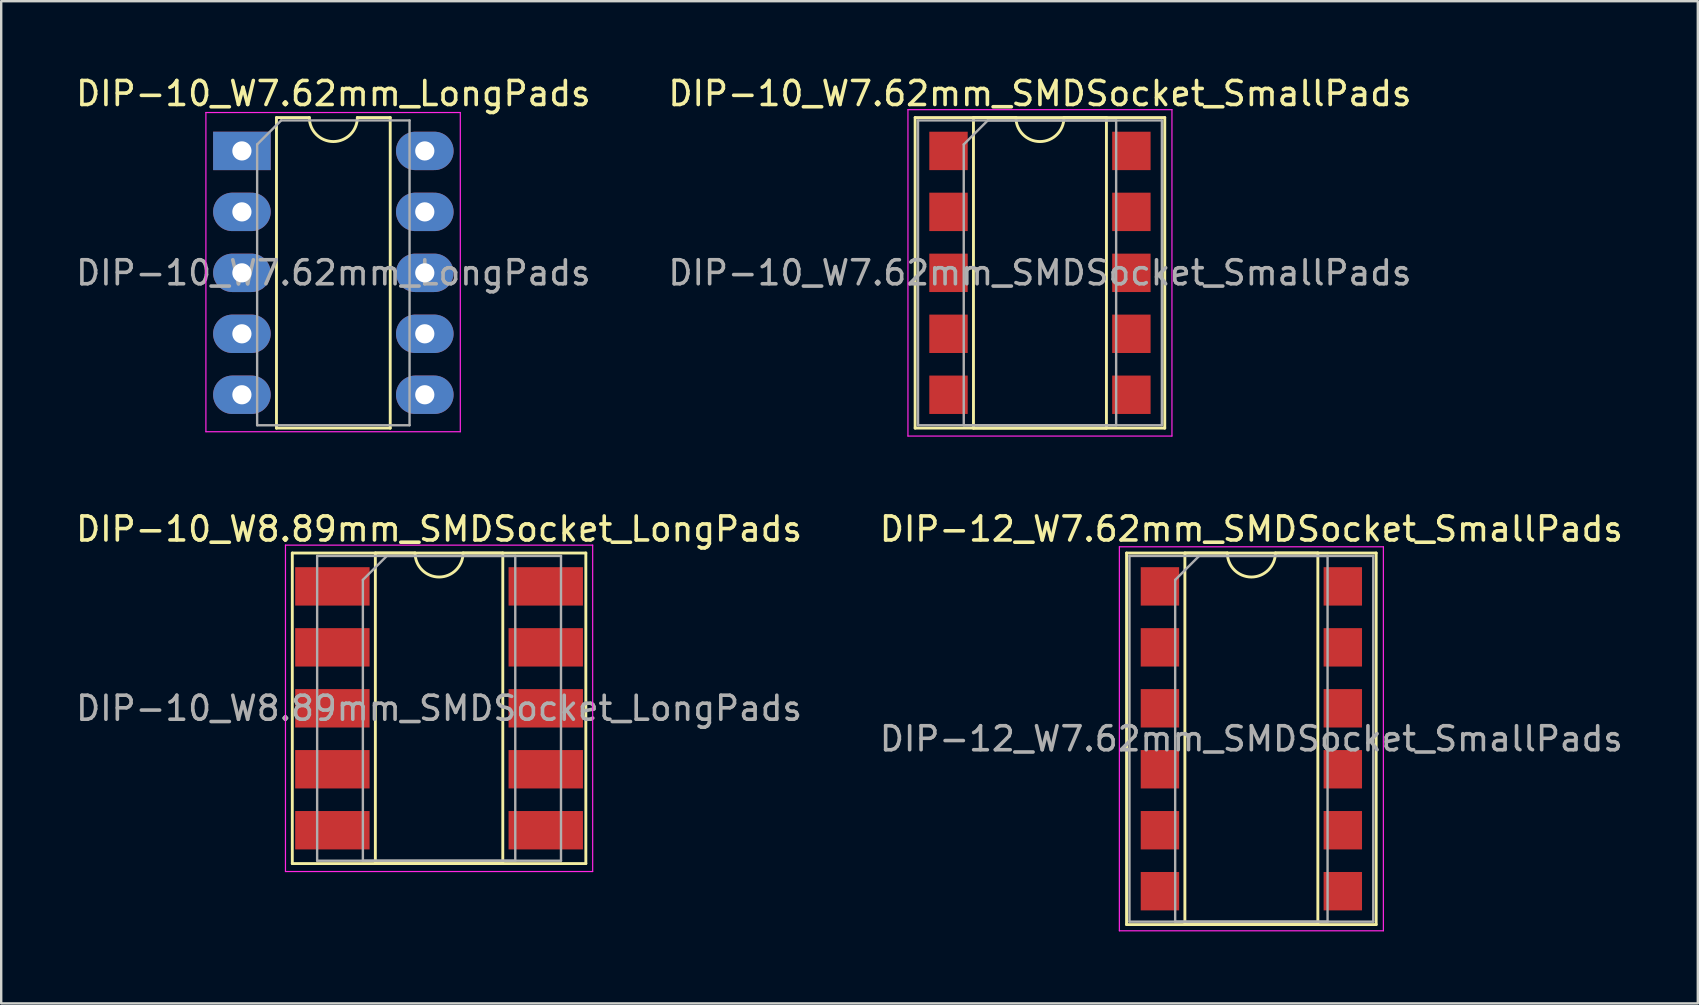
<source format=kicad_pcb>
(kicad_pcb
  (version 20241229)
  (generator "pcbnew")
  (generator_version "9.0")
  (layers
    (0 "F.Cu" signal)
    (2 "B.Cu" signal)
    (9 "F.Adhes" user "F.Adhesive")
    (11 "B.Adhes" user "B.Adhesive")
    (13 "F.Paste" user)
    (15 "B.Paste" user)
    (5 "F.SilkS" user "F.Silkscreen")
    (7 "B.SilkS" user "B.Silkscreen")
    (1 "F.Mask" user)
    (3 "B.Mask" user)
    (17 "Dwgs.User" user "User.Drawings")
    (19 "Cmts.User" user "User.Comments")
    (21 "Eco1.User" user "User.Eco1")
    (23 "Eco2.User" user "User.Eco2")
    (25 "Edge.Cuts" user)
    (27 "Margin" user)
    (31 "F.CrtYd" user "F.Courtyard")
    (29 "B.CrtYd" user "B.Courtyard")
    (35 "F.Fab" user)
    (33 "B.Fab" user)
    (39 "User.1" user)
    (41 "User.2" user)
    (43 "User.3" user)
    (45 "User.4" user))
  (footprint "DIP-10_W7.62mm_LongPads"
    (layer "F.Cu")
    (at 7.029 3.238)
    (property "Reference" "DIP-10_W7.62mm_LongPads" (at 3.81 -2.39 0) (layer "F.SilkS") (effects (font (size 1 1) (thickness 0.15))))
    (attr through_hole)
    (fp_line (start 1.44 -1.39) (end 1.44 11.55) (stroke (width 0.12) (type solid)) (layer "F.SilkS"))
    (fp_line (start 1.44 11.55) (end 6.18 11.55) (stroke (width 0.12) (type solid)) (layer "F.SilkS"))
    (fp_line (start 2.81 -1.39) (end 1.44 -1.39) (stroke (width 0.12) (type solid)) (layer "F.SilkS"))
    (fp_line (start 6.18 -1.39) (end 4.81 -1.39) (stroke (width 0.12) (type solid)) (layer "F.SilkS"))
    (fp_line (start 6.18 11.55) (end 6.18 -1.39) (stroke (width 0.12) (type solid)) (layer "F.SilkS"))
    (fp_arc (start 4.81 -1.39) (mid 3.81 -0.39) (end 2.81 -1.39) (stroke (width 0.12) (type solid)) (layer "F.SilkS"))
    (fp_line (start -1.5 -1.6) (end -1.5 11.7) (stroke (width 0.05) (type solid)) (layer "F.CrtYd"))
    (fp_line (start -1.5 11.7) (end 9.1 11.7) (stroke (width 0.05) (type solid)) (layer "F.CrtYd"))
    (fp_line (start 9.1 -1.6) (end -1.5 -1.6) (stroke (width 0.05) (type solid)) (layer "F.CrtYd"))
    (fp_line (start 9.1 11.7) (end 9.1 -1.6) (stroke (width 0.05) (type solid)) (layer "F.CrtYd"))
    (fp_line (start 0.635 -0.27) (end 1.635 -1.27) (stroke (width 0.1) (type solid)) (layer "F.Fab"))
    (fp_line (start 0.635 11.43) (end 0.635 -0.27) (stroke (width 0.1) (type solid)) (layer "F.Fab"))
    (fp_line (start 1.635 -1.27) (end 6.985 -1.27) (stroke (width 0.1) (type solid)) (layer "F.Fab"))
    (fp_line (start 6.985 -1.27) (end 6.985 11.43) (stroke (width 0.1) (type solid)) (layer "F.Fab"))
    (fp_line (start 6.985 11.43) (end 0.635 11.43) (stroke (width 0.1) (type solid)) (layer "F.Fab"))
    (fp_text user "${REFERENCE}" (at 3.81 5.08 0) (layer "F.Fab") (effects (font (size 1 1) (thickness 0.15))))
    (pad "1" thru_hole rect (at 0 0) (size 2.4 1.6) (drill 0.8) (layers "*.Cu" "*.Mask"))
    (pad "2" thru_hole oval (at 0 2.54) (size 2.4 1.6) (drill 0.8) (layers "*.Cu" "*.Mask"))
    (pad "3" thru_hole oval (at 0 5.08) (size 2.4 1.6) (drill 0.8) (layers "*.Cu" "*.Mask"))
    (pad "4" thru_hole oval (at 0 7.62) (size 2.4 1.6) (drill 0.8) (layers "*.Cu" "*.Mask"))
    (pad "5" thru_hole oval (at 0 10.16) (size 2.4 1.6) (drill 0.8) (layers "*.Cu" "*.Mask"))
    (pad "6" thru_hole oval (at 7.62 10.16) (size 2.4 1.6) (drill 0.8) (layers "*.Cu" "*.Mask"))
    (pad "7" thru_hole oval (at 7.62 7.62) (size 2.4 1.6) (drill 0.8) (layers "*.Cu" "*.Mask"))
    (pad "8" thru_hole oval (at 7.62 5.08) (size 2.4 1.6) (drill 0.8) (layers "*.Cu" "*.Mask"))
    (pad "9" thru_hole oval (at 7.62 2.54) (size 2.4 1.6) (drill 0.8) (layers "*.Cu" "*.Mask"))
    (pad "10" thru_hole oval (at 7.62 0) (size 2.4 1.6) (drill 0.8) (layers "*.Cu" "*.Mask")))
  (footprint "DIP-10_W7.62mm_SMDSocket_SmallPads"
    (layer "F.Cu")
    (at 40.28 8.318)
    (property "Reference" "DIP-10_W7.62mm_SMDSocket_SmallPads" (at 0 -7.47 0) (layer "F.SilkS") (effects (font (size 1 1) (thickness 0.15))))
    (attr smd)
    (fp_line (start -5.2 -6.47) (end -5.2 6.47) (stroke (width 0.12) (type solid)) (layer "F.SilkS"))
    (fp_line (start -5.2 6.47) (end 5.2 6.47) (stroke (width 0.12) (type solid)) (layer "F.SilkS"))
    (fp_line (start -2.77 -6.47) (end -2.77 6.47) (stroke (width 0.12) (type solid)) (layer "F.SilkS"))
    (fp_line (start -2.77 6.47) (end 2.77 6.47) (stroke (width 0.12) (type solid)) (layer "F.SilkS"))
    (fp_line (start -1 -6.47) (end -2.77 -6.47) (stroke (width 0.12) (type solid)) (layer "F.SilkS"))
    (fp_line (start 2.77 -6.47) (end 1 -6.47) (stroke (width 0.12) (type solid)) (layer "F.SilkS"))
    (fp_line (start 2.77 6.47) (end 2.77 -6.47) (stroke (width 0.12) (type solid)) (layer "F.SilkS"))
    (fp_line (start 5.2 -6.47) (end -5.2 -6.47) (stroke (width 0.12) (type solid)) (layer "F.SilkS"))
    (fp_line (start 5.2 6.47) (end 5.2 -6.47) (stroke (width 0.12) (type solid)) (layer "F.SilkS"))
    (fp_arc (start 1 -6.47) (mid 0 -5.47) (end -1 -6.47) (stroke (width 0.12) (type solid)) (layer "F.SilkS"))
    (fp_line (start -5.5 -6.8) (end -5.5 6.8) (stroke (width 0.05) (type solid)) (layer "F.CrtYd"))
    (fp_line (start -5.5 6.8) (end 5.5 6.8) (stroke (width 0.05) (type solid)) (layer "F.CrtYd"))
    (fp_line (start 5.5 -6.8) (end -5.5 -6.8) (stroke (width 0.05) (type solid)) (layer "F.CrtYd"))
    (fp_line (start 5.5 6.8) (end 5.5 -6.8) (stroke (width 0.05) (type solid)) (layer "F.CrtYd"))
    (fp_line (start -5.08 -6.35) (end -5.08 6.35) (stroke (width 0.1) (type solid)) (layer "F.Fab"))
    (fp_line (start -5.08 6.35) (end 5.08 6.35) (stroke (width 0.1) (type solid)) (layer "F.Fab"))
    (fp_line (start -3.175 -5.35) (end -2.175 -6.35) (stroke (width 0.1) (type solid)) (layer "F.Fab"))
    (fp_line (start -3.175 6.35) (end -3.175 -5.35) (stroke (width 0.1) (type solid)) (layer "F.Fab"))
    (fp_line (start -2.175 -6.35) (end 3.175 -6.35) (stroke (width 0.1) (type solid)) (layer "F.Fab"))
    (fp_line (start 3.175 -6.35) (end 3.175 6.35) (stroke (width 0.1) (type solid)) (layer "F.Fab"))
    (fp_line (start 3.175 6.35) (end -3.175 6.35) (stroke (width 0.1) (type solid)) (layer "F.Fab"))
    (fp_line (start 5.08 -6.35) (end -5.08 -6.35) (stroke (width 0.1) (type solid)) (layer "F.Fab"))
    (fp_line (start 5.08 6.35) (end 5.08 -6.35) (stroke (width 0.1) (type solid)) (layer "F.Fab"))
    (fp_text user "${REFERENCE}" (at 0 0 0) (layer "F.Fab") (effects (font (size 1 1) (thickness 0.15))))
    (pad "1" smd rect (at -3.81 -5.08) (size 1.6 1.6) (layers "F.Cu" "F.Mask" "F.Paste"))
    (pad "2" smd rect (at -3.81 -2.54) (size 1.6 1.6) (layers "F.Cu" "F.Mask" "F.Paste"))
    (pad "3" smd rect (at -3.81 0) (size 1.6 1.6) (layers "F.Cu" "F.Mask" "F.Paste"))
    (pad "4" smd rect (at -3.81 2.54) (size 1.6 1.6) (layers "F.Cu" "F.Mask" "F.Paste"))
    (pad "5" smd rect (at -3.81 5.08) (size 1.6 1.6) (layers "F.Cu" "F.Mask" "F.Paste"))
    (pad "6" smd rect (at 3.81 5.08) (size 1.6 1.6) (layers "F.Cu" "F.Mask" "F.Paste"))
    (pad "7" smd rect (at 3.81 2.54) (size 1.6 1.6) (layers "F.Cu" "F.Mask" "F.Paste"))
    (pad "8" smd rect (at 3.81 0) (size 1.6 1.6) (layers "F.Cu" "F.Mask" "F.Paste"))
    (pad "9" smd rect (at 3.81 -2.54) (size 1.6 1.6) (layers "F.Cu" "F.Mask" "F.Paste"))
    (pad "10" smd rect (at 3.81 -5.08) (size 1.6 1.6) (layers "F.Cu" "F.Mask" "F.Paste")))
  (footprint "DIP-12_W7.62mm_SMDSocket_SmallPads"
    (layer "F.Cu")
    (at 49.089 27.732)
    (property "Reference" "DIP-12_W7.62mm_SMDSocket_SmallPads" (at 0 -8.74 0) (layer "F.SilkS") (effects (font (size 1 1) (thickness 0.15))))
    (attr smd)
    (fp_line (start -5.2 -7.74) (end -5.2 7.74) (stroke (width 0.12) (type solid)) (layer "F.SilkS"))
    (fp_line (start -5.2 7.74) (end 5.2 7.74) (stroke (width 0.12) (type solid)) (layer "F.SilkS"))
    (fp_line (start -2.77 -7.74) (end -2.77 7.74) (stroke (width 0.12) (type solid)) (layer "F.SilkS"))
    (fp_line (start -2.77 7.74) (end 2.77 7.74) (stroke (width 0.12) (type solid)) (layer "F.SilkS"))
    (fp_line (start -1 -7.74) (end -2.77 -7.74) (stroke (width 0.12) (type solid)) (layer "F.SilkS"))
    (fp_line (start 2.77 -7.74) (end 1 -7.74) (stroke (width 0.12) (type solid)) (layer "F.SilkS"))
    (fp_line (start 2.77 7.74) (end 2.77 -7.74) (stroke (width 0.12) (type solid)) (layer "F.SilkS"))
    (fp_line (start 5.2 -7.74) (end -5.2 -7.74) (stroke (width 0.12) (type solid)) (layer "F.SilkS"))
    (fp_line (start 5.2 7.74) (end 5.2 -7.74) (stroke (width 0.12) (type solid)) (layer "F.SilkS"))
    (fp_arc (start 1 -7.74) (mid 0 -6.74) (end -1 -7.74) (stroke (width 0.12) (type solid)) (layer "F.SilkS"))
    (fp_line (start -5.5 -8) (end -5.5 8) (stroke (width 0.05) (type solid)) (layer "F.CrtYd"))
    (fp_line (start -5.5 8) (end 5.5 8) (stroke (width 0.05) (type solid)) (layer "F.CrtYd"))
    (fp_line (start 5.5 -8) (end -5.5 -8) (stroke (width 0.05) (type solid)) (layer "F.CrtYd"))
    (fp_line (start 5.5 8) (end 5.5 -8) (stroke (width 0.05) (type solid)) (layer "F.CrtYd"))
    (fp_line (start -5.08 -7.62) (end -5.08 7.62) (stroke (width 0.1) (type solid)) (layer "F.Fab"))
    (fp_line (start -5.08 7.62) (end 5.08 7.62) (stroke (width 0.1) (type solid)) (layer "F.Fab"))
    (fp_line (start -3.175 -6.62) (end -2.175 -7.62) (stroke (width 0.1) (type solid)) (layer "F.Fab"))
    (fp_line (start -3.175 7.62) (end -3.175 -6.62) (stroke (width 0.1) (type solid)) (layer "F.Fab"))
    (fp_line (start -2.175 -7.62) (end 3.175 -7.62) (stroke (width 0.1) (type solid)) (layer "F.Fab"))
    (fp_line (start 3.175 -7.62) (end 3.175 7.62) (stroke (width 0.1) (type solid)) (layer "F.Fab"))
    (fp_line (start 3.175 7.62) (end -3.175 7.62) (stroke (width 0.1) (type solid)) (layer "F.Fab"))
    (fp_line (start 5.08 -7.62) (end -5.08 -7.62) (stroke (width 0.1) (type solid)) (layer "F.Fab"))
    (fp_line (start 5.08 7.62) (end 5.08 -7.62) (stroke (width 0.1) (type solid)) (layer "F.Fab"))
    (fp_text user "${REFERENCE}" (at 0 0 0) (layer "F.Fab") (effects (font (size 1 1) (thickness 0.15))))
    (pad "1" smd rect (at -3.81 -6.35) (size 1.6 1.6) (layers "F.Cu" "F.Mask" "F.Paste"))
    (pad "2" smd rect (at -3.81 -3.81) (size 1.6 1.6) (layers "F.Cu" "F.Mask" "F.Paste"))
    (pad "3" smd rect (at -3.81 -1.27) (size 1.6 1.6) (layers "F.Cu" "F.Mask" "F.Paste"))
    (pad "4" smd rect (at -3.81 1.27) (size 1.6 1.6) (layers "F.Cu" "F.Mask" "F.Paste"))
    (pad "5" smd rect (at -3.81 3.81) (size 1.6 1.6) (layers "F.Cu" "F.Mask" "F.Paste"))
    (pad "6" smd rect (at -3.81 6.35) (size 1.6 1.6) (layers "F.Cu" "F.Mask" "F.Paste"))
    (pad "7" smd rect (at 3.81 6.35) (size 1.6 1.6) (layers "F.Cu" "F.Mask" "F.Paste"))
    (pad "8" smd rect (at 3.81 3.81) (size 1.6 1.6) (layers "F.Cu" "F.Mask" "F.Paste"))
    (pad "9" smd rect (at 3.81 1.27) (size 1.6 1.6) (layers "F.Cu" "F.Mask" "F.Paste"))
    (pad "10" smd rect (at 3.81 -1.27) (size 1.6 1.6) (layers "F.Cu" "F.Mask" "F.Paste"))
    (pad "11" smd rect (at 3.81 -3.81) (size 1.6 1.6) (layers "F.Cu" "F.Mask" "F.Paste"))
    (pad "12" smd rect (at 3.81 -6.35) (size 1.6 1.6) (layers "F.Cu" "F.Mask" "F.Paste")))
  (footprint "DIP-10_W8.89mm_SMDSocket_LongPads"
    (layer "F.Cu")
    (at 15.244 26.462)
    (property "Reference" "DIP-10_W8.89mm_SMDSocket_LongPads" (at 0 -7.47 0) (layer "F.SilkS") (effects (font (size 1 1) (thickness 0.15))))
    (attr smd)
    (fp_line (start -6.115 -6.47) (end -6.115 6.47) (stroke (width 0.12) (type solid)) (layer "F.SilkS"))
    (fp_line (start -6.115 6.47) (end 6.115 6.47) (stroke (width 0.12) (type solid)) (layer "F.SilkS"))
    (fp_line (start -2.655 -6.47) (end -2.655 6.47) (stroke (width 0.12) (type solid)) (layer "F.SilkS"))
    (fp_line (start -2.655 6.47) (end 2.655 6.47) (stroke (width 0.12) (type solid)) (layer "F.SilkS"))
    (fp_line (start -1 -6.47) (end -2.655 -6.47) (stroke (width 0.12) (type solid)) (layer "F.SilkS"))
    (fp_line (start 2.655 -6.47) (end 1 -6.47) (stroke (width 0.12) (type solid)) (layer "F.SilkS"))
    (fp_line (start 2.655 6.47) (end 2.655 -6.47) (stroke (width 0.12) (type solid)) (layer "F.SilkS"))
    (fp_line (start 6.115 -6.47) (end -6.115 -6.47) (stroke (width 0.12) (type solid)) (layer "F.SilkS"))
    (fp_line (start 6.115 6.47) (end 6.115 -6.47) (stroke (width 0.12) (type solid)) (layer "F.SilkS"))
    (fp_arc (start 1 -6.47) (mid 0 -5.47) (end -1 -6.47) (stroke (width 0.12) (type solid)) (layer "F.SilkS"))
    (fp_line (start -6.4 -6.8) (end -6.4 6.8) (stroke (width 0.05) (type solid)) (layer "F.CrtYd"))
    (fp_line (start -6.4 6.8) (end 6.4 6.8) (stroke (width 0.05) (type solid)) (layer "F.CrtYd"))
    (fp_line (start 6.4 -6.8) (end -6.4 -6.8) (stroke (width 0.05) (type solid)) (layer "F.CrtYd"))
    (fp_line (start 6.4 6.8) (end 6.4 -6.8) (stroke (width 0.05) (type solid)) (layer "F.CrtYd"))
    (fp_line (start -5.08 -6.35) (end -5.08 6.35) (stroke (width 0.1) (type solid)) (layer "F.Fab"))
    (fp_line (start -5.08 6.35) (end 5.08 6.35) (stroke (width 0.1) (type solid)) (layer "F.Fab"))
    (fp_line (start -3.175 -5.35) (end -2.175 -6.35) (stroke (width 0.1) (type solid)) (layer "F.Fab"))
    (fp_line (start -3.175 6.35) (end -3.175 -5.35) (stroke (width 0.1) (type solid)) (layer "F.Fab"))
    (fp_line (start -2.175 -6.35) (end 3.175 -6.35) (stroke (width 0.1) (type solid)) (layer "F.Fab"))
    (fp_line (start 3.175 -6.35) (end 3.175 6.35) (stroke (width 0.1) (type solid)) (layer "F.Fab"))
    (fp_line (start 3.175 6.35) (end -3.175 6.35) (stroke (width 0.1) (type solid)) (layer "F.Fab"))
    (fp_line (start 5.08 -6.35) (end -5.08 -6.35) (stroke (width 0.1) (type solid)) (layer "F.Fab"))
    (fp_line (start 5.08 6.35) (end 5.08 -6.35) (stroke (width 0.1) (type solid)) (layer "F.Fab"))
    (fp_text user "${REFERENCE}" (at 0 0 0) (layer "F.Fab") (effects (font (size 1 1) (thickness 0.15))))
    (pad "1" smd rect (at -4.445 -5.08) (size 3.1 1.6) (layers "F.Cu" "F.Mask" "F.Paste"))
    (pad "2" smd rect (at -4.445 -2.54) (size 3.1 1.6) (layers "F.Cu" "F.Mask" "F.Paste"))
    (pad "3" smd rect (at -4.445 0) (size 3.1 1.6) (layers "F.Cu" "F.Mask" "F.Paste"))
    (pad "4" smd rect (at -4.445 2.54) (size 3.1 1.6) (layers "F.Cu" "F.Mask" "F.Paste"))
    (pad "5" smd rect (at -4.445 5.08) (size 3.1 1.6) (layers "F.Cu" "F.Mask" "F.Paste"))
    (pad "6" smd rect (at 4.445 5.08) (size 3.1 1.6) (layers "F.Cu" "F.Mask" "F.Paste"))
    (pad "7" smd rect (at 4.445 2.54) (size 3.1 1.6) (layers "F.Cu" "F.Mask" "F.Paste"))
    (pad "8" smd rect (at 4.445 0) (size 3.1 1.6) (layers "F.Cu" "F.Mask" "F.Paste"))
    (pad "9" smd rect (at 4.445 -2.54) (size 3.1 1.6) (layers "F.Cu" "F.Mask" "F.Paste"))
    (pad "10" smd rect (at 4.445 -5.08) (size 3.1 1.6) (layers "F.Cu" "F.Mask" "F.Paste")))
  (gr_rect
    (start -3 -3)
    (end 67.69 38.757)
    (stroke (width 0.1) (type default))
    (fill no)
    (layer "Edge.Cuts")))
</source>
